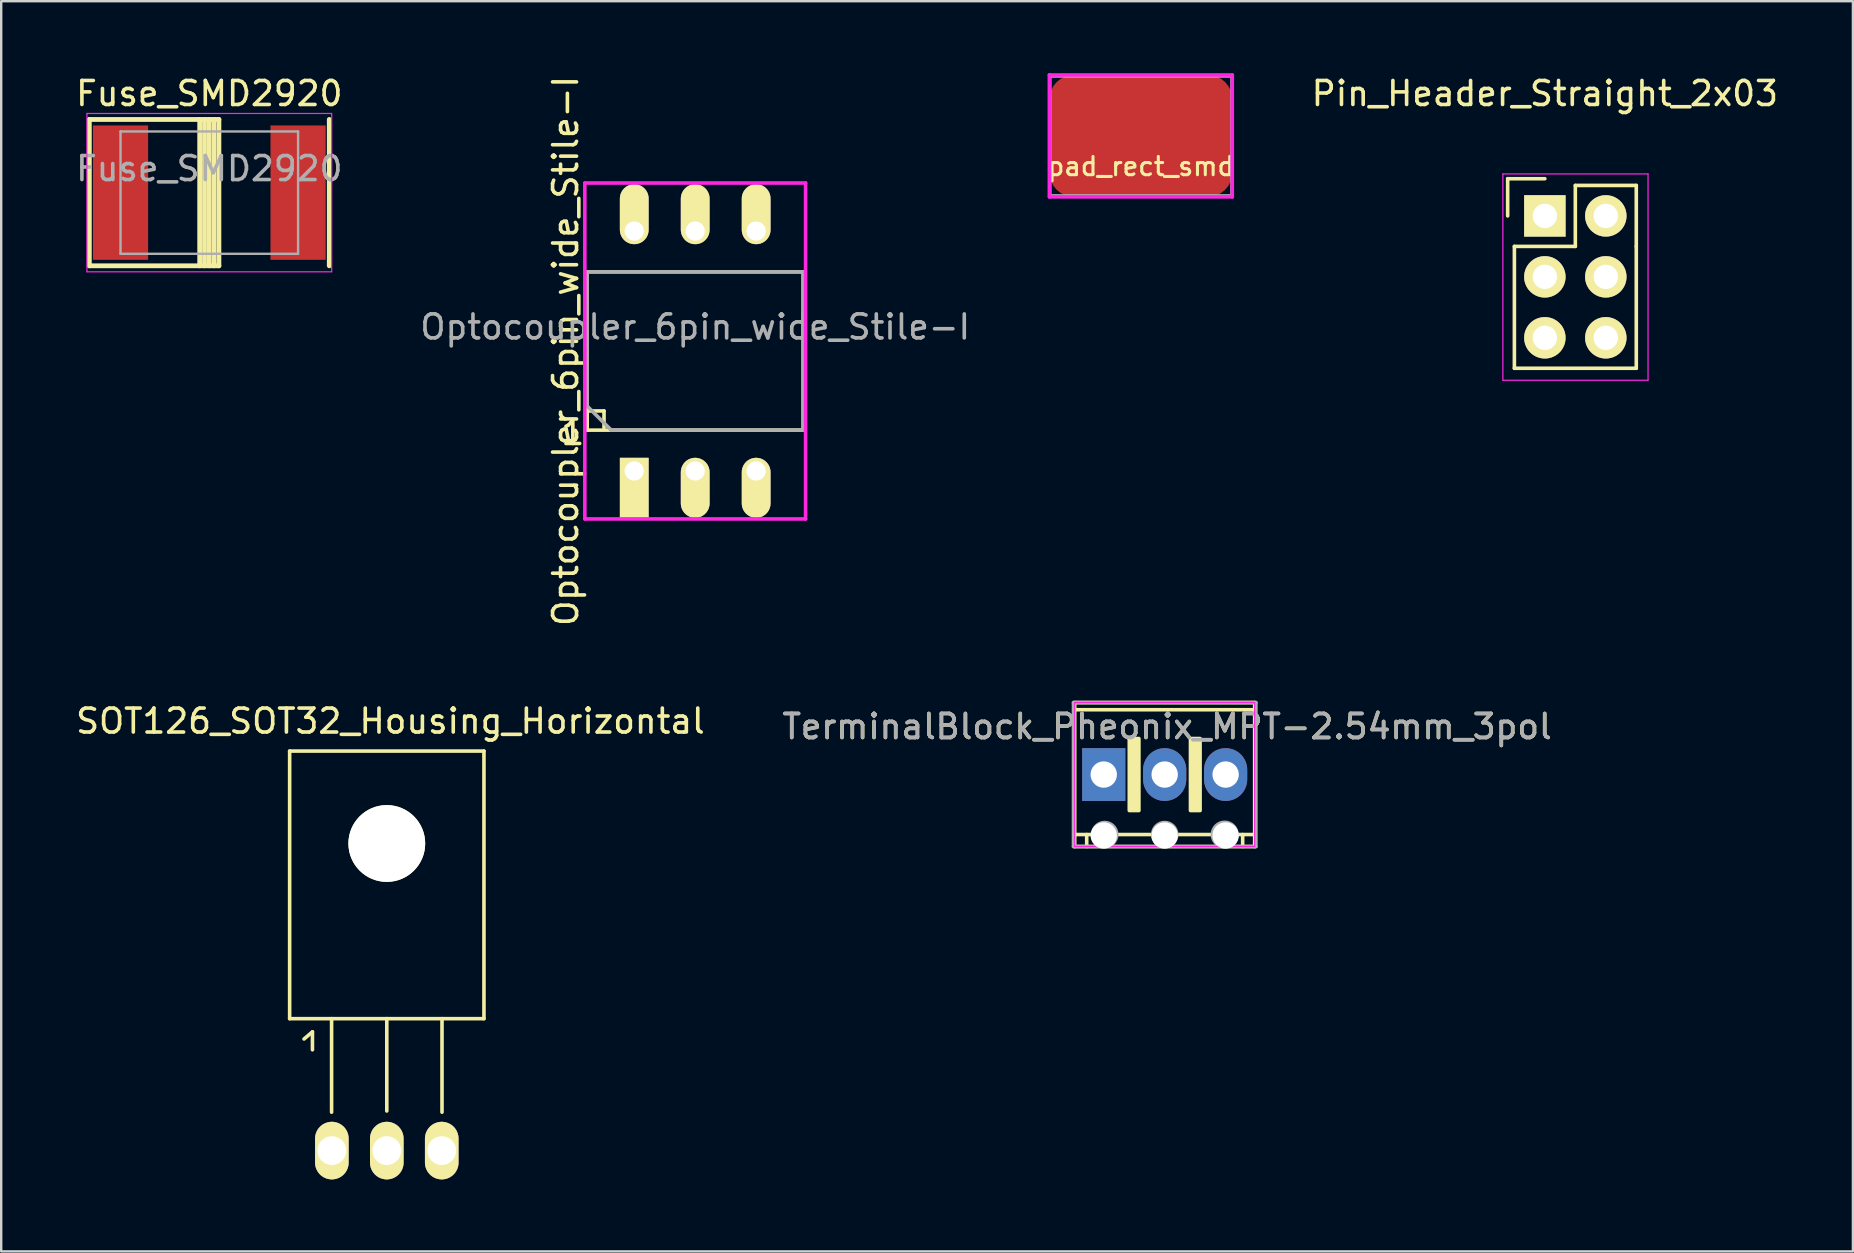
<source format=kicad_pcb>
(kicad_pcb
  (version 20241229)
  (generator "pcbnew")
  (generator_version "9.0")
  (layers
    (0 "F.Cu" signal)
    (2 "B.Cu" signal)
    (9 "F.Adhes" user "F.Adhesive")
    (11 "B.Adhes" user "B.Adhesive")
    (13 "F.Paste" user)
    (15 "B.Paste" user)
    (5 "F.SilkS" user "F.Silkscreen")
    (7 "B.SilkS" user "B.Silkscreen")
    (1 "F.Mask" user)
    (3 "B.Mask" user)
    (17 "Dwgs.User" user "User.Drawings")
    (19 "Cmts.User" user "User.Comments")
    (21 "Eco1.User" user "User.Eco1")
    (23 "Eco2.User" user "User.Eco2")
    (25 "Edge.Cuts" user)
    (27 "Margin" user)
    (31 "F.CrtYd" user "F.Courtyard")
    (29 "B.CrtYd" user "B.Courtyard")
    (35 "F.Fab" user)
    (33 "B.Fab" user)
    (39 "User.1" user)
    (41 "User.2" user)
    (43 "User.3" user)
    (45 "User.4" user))
  (footprint "Fuse_SMD2920"
    (layer "F.Cu")
    (at 5.673 4.978)
    (property "Reference" "Fuse_SMD2920" (at 0 -4.13 0) (layer "F.SilkS") (effects (font (size 1 1) (thickness 0.15))))
    (attr smd)
    (fp_line (start -5 -3.05) (end -5 3.05) (stroke (width 0.2) (type solid)) (layer "F.SilkS"))
    (fp_line (start -5 -3.05) (end 0.4 -3.05) (stroke (width 0.2) (type solid)) (layer "F.SilkS"))
    (fp_line (start -5 3.05) (end 0.4 3.05) (stroke (width 0.2) (type solid)) (layer "F.SilkS"))
    (fp_line (start -0.4 -3.05) (end -0.4 3.05) (stroke (width 0.2) (type solid)) (layer "F.SilkS"))
    (fp_line (start -0.2 -3.05) (end -0.2 3.05) (stroke (width 0.2) (type solid)) (layer "F.SilkS"))
    (fp_line (start 0 -3.05) (end 0 3.05) (stroke (width 0.2) (type solid)) (layer "F.SilkS"))
    (fp_line (start 0.2 -3.05) (end 0.2 3.05) (stroke (width 0.2) (type solid)) (layer "F.SilkS"))
    (fp_line (start 0.4 -3.05) (end 0.4 3.05) (stroke (width 0.2) (type solid)) (layer "F.SilkS"))
    (fp_line (start 5 -3.05) (end 5 3.05) (stroke (width 0.2) (type solid)) (layer "F.SilkS"))
    (fp_line (start -5.1 -3.3) (end -5.1 3.3) (stroke (width 0.05) (type solid)) (layer "F.CrtYd"))
    (fp_line (start -5.1 -3.3) (end 5.1 -3.3) (stroke (width 0.05) (type solid)) (layer "F.CrtYd"))
    (fp_line (start -5.1 3.3) (end 5.1 3.3) (stroke (width 0.05) (type solid)) (layer "F.CrtYd"))
    (fp_line (start 5.1 -3.3) (end 5.1 3.3) (stroke (width 0.05) (type solid)) (layer "F.CrtYd"))
    (fp_line (start -3.7 -2.55) (end 3.7 -2.55) (stroke (width 0.1) (type solid)) (layer "F.Fab"))
    (fp_line (start -3.7 2.55) (end -3.7 -2.55) (stroke (width 0.1) (type solid)) (layer "F.Fab"))
    (fp_line (start 3.7 -2.55) (end 3.7 2.55) (stroke (width 0.1) (type solid)) (layer "F.Fab"))
    (fp_line (start 3.7 2.55) (end -3.7 2.55) (stroke (width 0.1) (type solid)) (layer "F.Fab"))
    (fp_text user "${REFERENCE}" (at 0 -1 0) (layer "F.Fab") (effects (font (size 1 1) (thickness 0.15))))
    (pad "1" smd rect (at -3.7 0 90) (size 5.6 2.3) (layers "F.Cu" "F.Mask" "F.Paste"))
    (pad "2" smd rect (at 3.7 0 90) (size 5.6 2.3) (layers "F.Cu" "F.Mask" "F.Paste")))
  (footprint "Pin_Header_Straight_2x03"
    (layer "F.Cu")
    (at 61.333 5.948)
    (property "Reference" "Pin_Header_Straight_2x03" (at 0 -5.1 0) (layer "F.SilkS") (effects (font (size 1 1) (thickness 0.15))))
    (attr through_hole)
    (fp_line (start -1.55 -1.55) (end -1.55 0) (stroke (width 0.15) (type solid)) (layer "F.SilkS"))
    (fp_line (start -1.55 -1.55) (end 0 -1.55) (stroke (width 0.15) (type solid)) (layer "F.SilkS"))
    (fp_line (start -1.27 1.27) (end -1.27 6.35) (stroke (width 0.15) (type solid)) (layer "F.SilkS"))
    (fp_line (start -1.27 6.35) (end 3.81 6.35) (stroke (width 0.15) (type solid)) (layer "F.SilkS"))
    (fp_line (start 1.27 -1.27) (end 1.27 1.27) (stroke (width 0.15) (type solid)) (layer "F.SilkS"))
    (fp_line (start 1.27 1.27) (end -1.27 1.27) (stroke (width 0.15) (type solid)) (layer "F.SilkS"))
    (fp_line (start 3.81 -1.27) (end 1.27 -1.27) (stroke (width 0.15) (type solid)) (layer "F.SilkS"))
    (fp_line (start 3.81 1.27) (end 3.81 -1.27) (stroke (width 0.15) (type solid)) (layer "F.SilkS"))
    (fp_line (start 3.81 6.35) (end 3.81 1.27) (stroke (width 0.15) (type solid)) (layer "F.SilkS"))
    (fp_line (start -1.75 -1.75) (end -1.75 6.85) (stroke (width 0.05) (type solid)) (layer "F.CrtYd"))
    (fp_line (start -1.75 -1.75) (end 4.3 -1.75) (stroke (width 0.05) (type solid)) (layer "F.CrtYd"))
    (fp_line (start -1.75 6.85) (end 4.3 6.85) (stroke (width 0.05) (type solid)) (layer "F.CrtYd"))
    (fp_line (start 4.3 -1.75) (end 4.3 6.85) (stroke (width 0.05) (type solid)) (layer "F.CrtYd"))
    (pad "1" thru_hole rect (at 0 0) (size 1.727 1.727) (drill 1.016) (layers "*.Cu" "*.Mask" "F.SilkS"))
    (pad "2" thru_hole oval (at 2.54 0) (size 1.727 1.727) (drill 1.016) (layers "*.Cu" "*.Mask" "F.SilkS"))
    (pad "3" thru_hole oval (at 0 2.54) (size 1.727 1.727) (drill 1.016) (layers "*.Cu" "*.Mask" "F.SilkS"))
    (pad "4" thru_hole oval (at 2.54 2.54) (size 1.727 1.727) (drill 1.016) (layers "*.Cu" "*.Mask" "F.SilkS"))
    (pad "5" thru_hole oval (at 0 5.08) (size 1.727 1.727) (drill 1.016) (layers "*.Cu" "*.Mask" "F.SilkS"))
    (pad "6" thru_hole oval (at 2.54 5.08) (size 1.727 1.727) (drill 1.016) (layers "*.Cu" "*.Mask" "F.SilkS")))
  (footprint "TerminalBlock_Pheonix_MPT-2.54mm_3pol"
    (layer "F.Cu")
    (at 45.489 29.23)
    (property "Reference" "TerminalBlock_Pheonix_MPT-2.54mm_3pol" (at 0.1 -2 0) (layer "F.SilkS") (effects (font (size 1 1) (thickness 0.15))))
    (attr through_hole)
    (fp_line (start -3.75 -3) (end -3.75 3) (stroke (width 0.15) (type solid)) (layer "F.SilkS"))
    (fp_line (start -3.75 -2.7) (end 3.75 -2.7) (stroke (width 0.15) (type solid)) (layer "F.SilkS"))
    (fp_line (start -3.75 3) (end 3.75 3) (stroke (width 0.15) (type solid)) (layer "F.SilkS"))
    (fp_line (start -3.25 3) (end -3.25 2.5) (stroke (width 0.15) (type solid)) (layer "F.SilkS"))
    (fp_line (start 0 3) (end 0 2.5) (stroke (width 0.15) (type solid)) (layer "F.SilkS"))
    (fp_line (start 3.25 2.5) (end 3.25 3) (stroke (width 0.15) (type solid)) (layer "F.SilkS"))
    (fp_line (start 3.75 -3) (end -3.75 -3) (stroke (width 0.15) (type solid)) (layer "F.SilkS"))
    (fp_line (start 3.75 2.5) (end -3.75 2.5) (stroke (width 0.15) (type solid)) (layer "F.SilkS"))
    (fp_line (start 3.75 3) (end 3.75 -3) (stroke (width 0.15) (type solid)) (layer "F.SilkS"))
    (fp_poly (pts (xy -1.475 -1.5) (xy -1.075 -1.5) (xy -1.075 1.5) (xy -1.475 1.5)) (stroke (width 0.15) (type solid)) (fill yes) (layer "F.SilkS"))
    (fp_poly (pts (xy 1.075 -1.5) (xy 1.475 -1.5) (xy 1.475 1.5) (xy 1.075 1.5)) (stroke (width 0.15) (type solid)) (fill yes) (layer "F.SilkS"))
    (fp_line (start -3.75 -3) (end 3.75 -3) (stroke (width 0.05) (type solid)) (layer "F.CrtYd"))
    (fp_line (start -3.75 3) (end -3.75 -3) (stroke (width 0.05) (type solid)) (layer "F.CrtYd"))
    (fp_line (start 3.75 -3) (end 3.75 3) (stroke (width 0.05) (type solid)) (layer "F.CrtYd"))
    (fp_line (start 3.75 3) (end -3.75 3) (stroke (width 0.05) (type solid)) (layer "F.CrtYd"))
    (fp_line (start -3.8 -3) (end 3.8 -3) (stroke (width 0.15) (type solid)) (layer "F.Fab"))
    (fp_line (start -3.8 3) (end -3.8 -3) (stroke (width 0.15) (type solid)) (layer "F.Fab"))
    (fp_line (start 3.8 -3) (end 3.8 3) (stroke (width 0.15) (type solid)) (layer "F.Fab"))
    (fp_line (start 3.8 3) (end -3.8 3) (stroke (width 0.15) (type solid)) (layer "F.Fab"))
    (fp_circle (center -2.5 2.5) (end -3 2.5) (stroke (width 0.15) (type solid)) (fill no) (layer "F.Fab"))
    (fp_circle (center 0 2.5) (end -0.5 2.5) (stroke (width 0.15) (type solid)) (fill no) (layer "F.Fab"))
    (fp_circle (center 2.5 2.5) (end 3 2.6) (stroke (width 0.15) (type solid)) (fill no) (layer "F.Fab"))
    (fp_text user "${REFERENCE}" (at 0.1 -2 0) (layer "F.Fab") (effects (font (size 1 1) (thickness 0.15))))
    (pad "" np_thru_hole circle (at -2.54 2.54) (size 1.1 1.1) (drill 1.1) (layers "*.Cu" "*.Mask"))
    (pad "" np_thru_hole circle (at 0 2.54) (size 1.1 1.1) (drill 1.1) (layers "*.Cu" "*.Mask"))
    (pad "" np_thru_hole circle (at 2.54 2.54) (size 1.1 1.1) (drill 1.1) (layers "*.Cu" "*.Mask"))
    (pad "1" thru_hole rect (at -2.54 0) (size 1.8 2.2) (drill 1.1) (layers "*.Cu" "*.Mask"))
    (pad "2" thru_hole oval (at 0 0) (size 1.8 2.2) (drill 1.1) (layers "*.Cu" "*.Mask"))
    (pad "3" thru_hole oval (at 2.54 0) (size 1.8 2.2) (drill 1.1) (layers "*.Cu" "*.Mask")))
  (footprint "Optocoupler_6pin_wide_Stile-I"
    (layer "F.Cu")
    (at 25.923 11.577)
    (property "Reference" "Optocoupler_6pin_wide_Stile-I" (at -5.4 0 90) (layer "F.SilkS") (effects (font (size 1 1) (thickness 0.15))))
    (attr through_hole)
    (fp_line (start -4.501 -3.299) (end 4.501 -3.299) (stroke (width 0.15) (type solid)) (layer "F.SilkS"))
    (fp_line (start -4.501 2.499) (end -3.8 2.499) (stroke (width 0.15) (type solid)) (layer "F.SilkS"))
    (fp_line (start -4.501 3.299) (end -4.501 -3.299) (stroke (width 0.15) (type solid)) (layer "F.SilkS"))
    (fp_line (start -3.8 2.499) (end -3.8 3.2) (stroke (width 0.15) (type solid)) (layer "F.SilkS"))
    (fp_line (start 4.501 -3.299) (end 4.501 3.299) (stroke (width 0.15) (type solid)) (layer "F.SilkS"))
    (fp_line (start 4.501 3.299) (end -4.501 3.299) (stroke (width 0.15) (type solid)) (layer "F.SilkS"))
    (fp_line (start -4.6 -7) (end 4.6 -7) (stroke (width 0.15) (type solid)) (layer "F.CrtYd"))
    (fp_line (start -4.6 0) (end -4.6 -7) (stroke (width 0.15) (type solid)) (layer "F.CrtYd"))
    (fp_line (start -4.6 7) (end -4.6 0) (stroke (width 0.15) (type solid)) (layer "F.CrtYd"))
    (fp_line (start 4.6 -7) (end 4.6 7) (stroke (width 0.15) (type solid)) (layer "F.CrtYd"))
    (fp_line (start 4.6 7) (end -4.6 7) (stroke (width 0.15) (type solid)) (layer "F.CrtYd"))
    (fp_line (start -4.5 -3.3) (end -4.5 2.3) (stroke (width 0.15) (type solid)) (layer "F.Fab"))
    (fp_line (start -4.5 2.3) (end -3.5 3.3) (stroke (width 0.15) (type solid)) (layer "F.Fab"))
    (fp_line (start -3.5 3.3) (end 4.5 3.3) (stroke (width 0.15) (type solid)) (layer "F.Fab"))
    (fp_line (start 4.5 -3.3) (end -4.5 -3.3) (stroke (width 0.15) (type solid)) (layer "F.Fab"))
    (fp_line (start 4.5 3.3) (end 4.5 -3.3) (stroke (width 0.15) (type solid)) (layer "F.Fab"))
    (fp_text user "1" (at -5.1 3.4 0) (layer "F.SilkS") (effects (font (size 1 1) (thickness 0.15))))
    (fp_text user "${REFERENCE}" (at 0 -1 0) (layer "F.Fab") (effects (font (size 1 1) (thickness 0.15))))
    (pad "1" thru_hole rect (at -2.54 5.001) (size 1.199 2.499) (drill 0.8 (offset 0 0.701)) (layers "*.Cu" "*.Mask" "F.SilkS"))
    (pad "2" thru_hole oval (at 0 5.001) (size 1.199 2.499) (drill 0.8 (offset 0 0.701)) (layers "*.Cu" "*.Mask" "F.SilkS"))
    (pad "3" thru_hole oval (at 2.54 5.001) (size 1.199 2.499) (drill 0.8 (offset 0 0.701)) (layers "*.Cu" "*.Mask" "F.SilkS"))
    (pad "4" thru_hole oval (at 2.54 -4.999) (size 1.199 2.499) (drill 0.8 (offset 0 -0.701)) (layers "*.Cu" "*.Mask" "F.SilkS"))
    (pad "5" thru_hole oval (at 0 -4.999) (size 1.199 2.499) (drill 0.8 (offset 0 -0.701)) (layers "*.Cu" "*.Mask" "F.SilkS"))
    (pad "6" thru_hole oval (at -2.54 -4.999) (size 1.199 2.499) (drill 0.8 (offset 0 -0.701)) (layers "*.Cu" "*.Mask" "F.SilkS")))
  (footprint "SOT126_SOT32_Housing_Horizontal"
    (layer "F.Cu")
    (at 13.07 44.902)
    (property "Reference" "SOT126_SOT32_Housing_Horizontal" (at 0.15 -17.899 0) (layer "F.SilkS") (effects (font (size 1 1) (thickness 0.15))))
    (attr through_hole)
    (fp_line (start -4.049 -16.65) (end -4.049 -5.499) (stroke (width 0.15) (type solid)) (layer "F.SilkS"))
    (fp_line (start -3.449 -4.651) (end -3.099 -4.95) (stroke (width 0.15) (type solid)) (layer "F.SilkS"))
    (fp_line (start -3.099 -4.95) (end -3.099 -4.201) (stroke (width 0.15) (type solid)) (layer "F.SilkS"))
    (fp_line (start -2.301 -5.499) (end -2.301 -1.6) (stroke (width 0.15) (type solid)) (layer "F.SilkS"))
    (fp_line (start 0 -5.499) (end 0 -1.651) (stroke (width 0.15) (type solid)) (layer "F.SilkS"))
    (fp_line (start 2.301 -5.499) (end 2.301 -1.6) (stroke (width 0.15) (type solid)) (layer "F.SilkS"))
    (fp_line (start 4.049 -16.65) (end -4.049 -16.65) (stroke (width 0.15) (type solid)) (layer "F.SilkS"))
    (fp_line (start 4.049 -5.499) (end -4.049 -5.499) (stroke (width 0.15) (type solid)) (layer "F.SilkS"))
    (fp_line (start 4.049 -5.499) (end 4.049 -16.65) (stroke (width 0.15) (type solid)) (layer "F.SilkS"))
    (pad "" np_thru_hole circle (at 0 -12.799) (size 3.2 3.2) (drill 3.2) (layers "*.Cu" "*.Mask" "F.SilkS"))
    (pad "1" thru_hole oval (at -2.29 0) (size 1.4 2.4) (drill 1.2) (layers "*.Cu" "*.Mask" "F.SilkS"))
    (pad "2" thru_hole oval (at 0 0) (size 1.4 2.4) (drill 1.2) (layers "*.Cu" "*.Mask" "F.SilkS"))
    (pad "3" thru_hole oval (at 2.29 0) (size 1.4 2.4) (drill 1.2) (layers "*.Cu" "*.Mask" "F.SilkS")))
  (footprint "pad_rect_smd"
    (layer "F.Cu")
    (at 44.497 2.615)
    (property "Reference" "pad_rect_smd" (at 0 1.27 0) (layer "F.SilkS") (effects (font (size 0.762 0.762) (thickness 0.127))))
    (attr smd)
    (fp_line (start -3.81 -2.54) (end -3.81 -2.54) (stroke (width 0.15) (type solid)) (layer "F.CrtYd"))
    (fp_line (start -3.81 -2.54) (end 3.81 -2.54) (stroke (width 0.15) (type solid)) (layer "F.CrtYd"))
    (fp_line (start -3.81 2.54) (end -3.81 -2.54) (stroke (width 0.15) (type solid)) (layer "F.CrtYd"))
    (fp_line (start 3.81 -2.54) (end 3.81 2.54) (stroke (width 0.15) (type solid)) (layer "F.CrtYd"))
    (fp_line (start 3.81 2.54) (end -3.81 2.54) (stroke (width 0.15) (type solid)) (layer "F.CrtYd"))
    (fp_line (start -3.8 -2.5) (end 3.8 -2.5) (stroke (width 0.15) (type solid)) (layer "F.Fab"))
    (fp_line (start -3.8 2.5) (end -3.8 -2.5) (stroke (width 0.15) (type solid)) (layer "F.Fab"))
    (fp_line (start 3.8 -2.5) (end 3.8 2.5) (stroke (width 0.15) (type solid)) (layer "F.Fab"))
    (fp_line (start 3.8 2.5) (end -3.8 2.5) (stroke (width 0.15) (type solid)) (layer "F.Fab"))
    (pad "1" smd roundrect (at 0 0) (size 7.62 5.08) (layers "F.Cu" "F.Mask") (roundrect_rratio 0.2)))
  (gr_rect
    (start -3 -3)
    (end 74.172 49.102)
    (stroke (width 0.1) (type default))
    (fill no)
    (layer "Edge.Cuts")))
</source>
